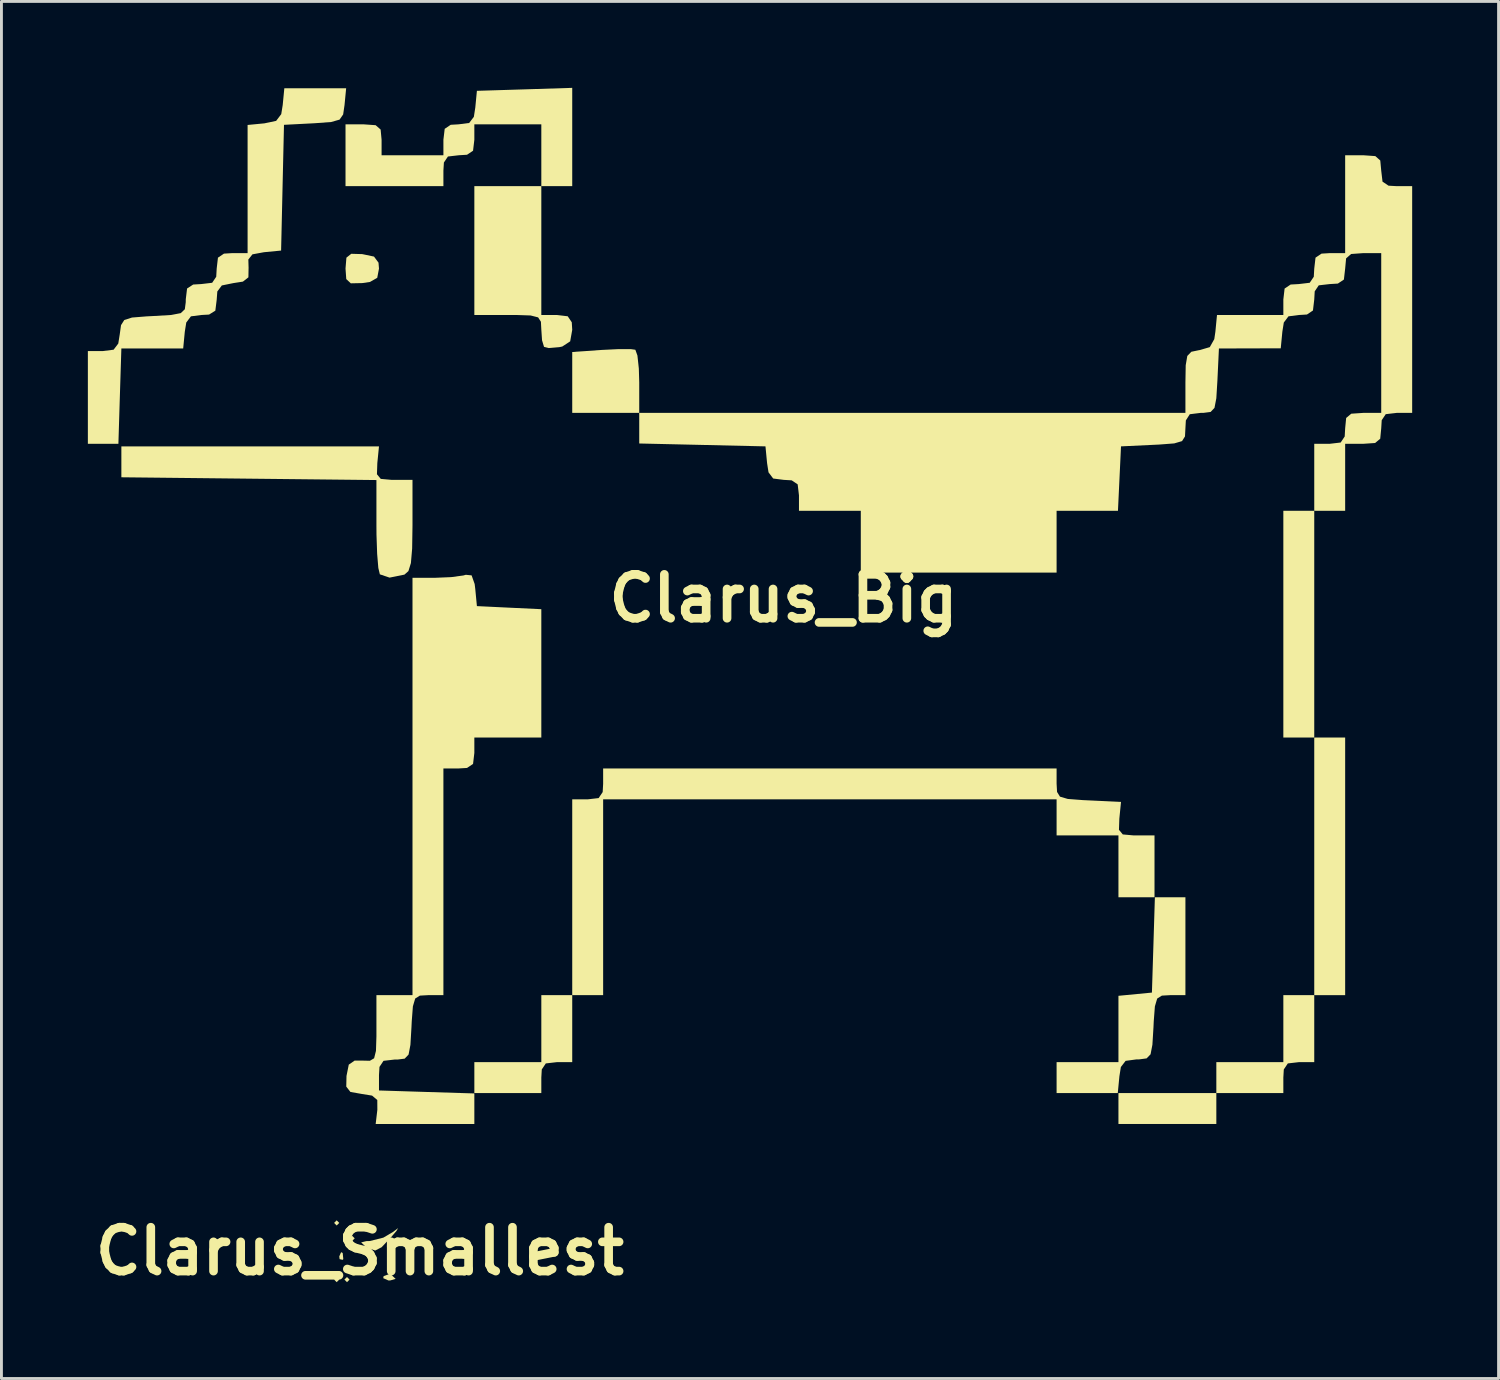
<source format=kicad_pcb>
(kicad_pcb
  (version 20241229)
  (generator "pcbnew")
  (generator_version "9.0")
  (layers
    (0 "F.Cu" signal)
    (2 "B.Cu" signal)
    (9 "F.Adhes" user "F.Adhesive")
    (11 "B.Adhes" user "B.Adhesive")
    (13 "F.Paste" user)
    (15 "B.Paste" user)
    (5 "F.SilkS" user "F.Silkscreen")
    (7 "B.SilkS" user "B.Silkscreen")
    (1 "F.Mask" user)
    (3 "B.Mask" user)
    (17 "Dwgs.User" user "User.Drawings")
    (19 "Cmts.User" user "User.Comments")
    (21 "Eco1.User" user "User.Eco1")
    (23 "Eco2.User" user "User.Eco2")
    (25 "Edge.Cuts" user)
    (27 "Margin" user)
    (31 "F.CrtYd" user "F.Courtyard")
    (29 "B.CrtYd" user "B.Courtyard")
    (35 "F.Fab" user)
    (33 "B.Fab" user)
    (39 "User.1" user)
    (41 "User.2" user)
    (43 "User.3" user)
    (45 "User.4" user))
  (footprint "Clarus_Big"
    (layer "F.Cu")
    (at 24.148 17.722)
    (property "Reference" "Clarus_Big" (at 0 0 0) (layer "F.SilkS") (effects (font (size 1.524 1.524) (thickness 0.3))))
    (attr board_only exclude_from_pos_files exclude_from_bom)
    (fp_poly (pts (xy 15.025 18.245) (xy 11.627 18.245) (xy 11.627 17.172) (xy 15.025 17.172)) (stroke (width 0) (type solid)) (fill yes) (layer "F.SilkS"))
    (fp_poly (pts (xy 18.424 4.83) (xy 17.351 4.83) (xy 17.351 -3.041) (xy 18.424 -3.041)) (stroke (width 0) (type solid)) (fill yes) (layer "F.SilkS"))
    (fp_poly (pts (xy 19.497 13.773) (xy 18.424 13.773) (xy 18.424 4.83) (xy 19.497 4.83)) (stroke (width 0) (type solid)) (fill yes) (layer "F.SilkS"))
    (fp_poly (pts (xy -5.295 -8.652) (xy -5.143 -8.631) (xy -5.071 -8.431) (xy -5.022 -7.98) (xy -5.008 -7.502) (xy -5.008 -6.439) (xy -7.334 -6.439) (xy -7.334 -8.553) (xy -6.305 -8.625) (xy -5.725 -8.653)) (stroke (width 0) (type solid)) (fill yes) (layer "F.SilkS"))
    (fp_poly (pts (xy -7.334 16.099) (xy -7.87 16.099) (xy -8.251 16.143) (xy -8.391 16.352) (xy -8.407 16.635) (xy -8.407 17.172) (xy -10.732 17.172) (xy -10.732 16.099) (xy -8.407 16.099) (xy -8.407 13.773) (xy -7.334 13.773)) (stroke (width 0) (type solid)) (fill yes) (layer "F.SilkS"))
    (fp_poly (pts (xy 18.424 16.099) (xy 17.887 16.099) (xy 17.507 16.143) (xy 17.367 16.352) (xy 17.351 16.635) (xy 17.351 17.172) (xy 15.025 17.172) (xy 15.025 16.099) (xy 17.351 16.099) (xy 17.351 13.773) (xy 18.424 13.773)) (stroke (width 0) (type solid)) (fill yes) (layer "F.SilkS"))
    (fp_poly (pts (xy -14.623 -11.951) (xy -14.215 -11.865) (xy -14.059 -11.655) (xy -14.042 -11.448) (xy -14.103 -11.128) (xy -14.356 -10.984) (xy -14.623 -10.945) (xy -15.021 -10.937) (xy -15.178 -11.084) (xy -15.204 -11.448) (xy -15.173 -11.828) (xy -15.004 -11.962)) (stroke (width 0) (type solid)) (fill yes) (layer "F.SilkS"))
    (fp_poly (pts (xy -8.407 -9.838) (xy -7.87 -9.838) (xy -7.49 -9.793) (xy -7.35 -9.585) (xy -7.334 -9.322) (xy -7.405 -8.923) (xy -7.678 -8.744) (xy -7.777 -8.722) (xy -8.147 -8.69) (xy -8.313 -8.731) (xy -8.382 -8.96) (xy -8.407 -9.331) (xy -8.421 -9.603) (xy -8.518 -9.755) (xy -8.779 -9.821) (xy -9.284 -9.838) (xy -9.57 -9.838) (xy -10.732 -9.838) (xy -10.732 -14.31) (xy -8.407 -14.31)) (stroke (width 0) (type solid)) (fill yes) (layer "F.SilkS"))
    (fp_poly (pts (xy -14.1 -4.695) (xy -14.113 -4.309) (xy -13.98 -4.148) (xy -13.602 -4.114) (xy -13.518 -4.114) (xy -12.879 -4.114) (xy -12.879 -2.523) (xy -12.891 -1.73) (xy -12.934 -1.227) (xy -13.02 -0.948) (xy -13.159 -0.825) (xy -13.162 -0.824) (xy -13.675 -0.721) (xy -14.012 -0.835) (xy -14.065 -1.056) (xy -14.106 -1.547) (xy -14.129 -2.217) (xy -14.131 -2.531) (xy -14.131 -4.108) (xy -18.558 -4.156) (xy -22.985 -4.204) (xy -22.985 -5.277) (xy -14.042 -5.277)) (stroke (width 0) (type solid)) (fill yes) (layer "F.SilkS"))
    (fp_poly (pts (xy 13.952 13.773) (xy 13.424 13.773) (xy 13.135 13.789) (xy 12.972 13.891) (xy 12.892 14.163) (xy 12.852 14.686) (xy 12.843 14.885) (xy 12.806 15.493) (xy 12.742 15.826) (xy 12.605 15.968) (xy 12.352 16.002) (xy 12.253 16.003) (xy 11.876 16.054) (xy 11.711 16.268) (xy 11.66 16.59) (xy 11.604 17.172) (xy 9.48 17.172) (xy 9.48 16.099) (xy 11.627 16.099) (xy 11.627 13.796) (xy 12.208 13.74) (xy 12.789 13.684) (xy 12.841 12.029) (xy 12.892 10.375) (xy 13.952 10.375)) (stroke (width 0) (type solid)) (fill yes) (layer "F.SilkS"))
    (fp_poly (pts (xy 9.48 6.431) (xy 9.496 6.719) (xy 9.597 6.882) (xy 9.868 6.962) (xy 10.389 7.002) (xy 10.598 7.012) (xy 11.716 7.065) (xy 11.658 7.647) (xy 11.645 8.033) (xy 11.778 8.194) (xy 12.156 8.228) (xy 12.239 8.228) (xy 12.879 8.228) (xy 12.879 10.375) (xy 11.627 10.375) (xy 11.627 8.228) (xy 9.48 8.228) (xy 9.48 6.976) (xy -6.261 6.976) (xy -6.261 13.773) (xy -7.334 13.773) (xy -7.334 6.976) (xy -6.797 6.976) (xy -6.417 6.932) (xy -6.277 6.723) (xy -6.261 6.439) (xy -6.261 5.903) (xy 9.48 5.903)) (stroke (width 0) (type solid)) (fill yes) (layer "F.SilkS"))
    (fp_poly (pts (xy -7.334 -14.31) (xy -8.407 -14.31) (xy -8.407 -16.456) (xy -10.732 -16.456) (xy -10.732 -15.92) (xy -10.777 -15.54) (xy -10.986 -15.4) (xy -11.269 -15.383) (xy -11.649 -15.339) (xy -11.789 -15.13) (xy -11.806 -14.846) (xy -11.806 -14.31) (xy -15.204 -14.31) (xy -15.204 -16.456) (xy -14.578 -16.456) (xy -14.158 -16.426) (xy -13.985 -16.275) (xy -13.952 -15.92) (xy -13.952 -15.383) (xy -11.806 -15.383) (xy -11.806 -15.92) (xy -11.761 -16.3) (xy -11.553 -16.44) (xy -11.28 -16.456) (xy -10.911 -16.503) (xy -10.749 -16.717) (xy -10.699 -17.038) (xy -10.643 -17.619) (xy -8.988 -17.67) (xy -7.334 -17.722)) (stroke (width 0) (type solid)) (fill yes) (layer "F.SilkS"))
    (fp_poly (pts (xy -10.827 -0.799) (xy -10.721 -0.499) (xy -10.7 -0.327) (xy -10.643 0.268) (xy -9.525 0.322) (xy -8.407 0.375) (xy -8.407 4.83) (xy -10.732 4.83) (xy -10.732 5.366) (xy -10.777 5.746) (xy -10.986 5.886) (xy -11.269 5.903) (xy -11.806 5.903) (xy -11.806 13.773) (xy -12.334 13.773) (xy -12.622 13.789) (xy -12.785 13.89) (xy -12.865 14.161) (xy -12.905 14.682) (xy -12.915 14.891) (xy -12.951 15.5) (xy -13.015 15.835) (xy -13.15 15.977) (xy -13.399 16.009) (xy -13.505 16.009) (xy -13.885 16.053) (xy -14.025 16.263) (xy -14.042 16.546) (xy -14.042 17.082) (xy -12.387 17.134) (xy -10.732 17.185) (xy -10.732 18.245) (xy -14.157 18.245) (xy -14.099 17.753) (xy -14.101 17.412) (xy -14.283 17.26) (xy -14.633 17.204) (xy -15.034 17.133) (xy -15.178 16.948) (xy -15.17 16.578) (xy -15.091 16.185) (xy -14.89 16.046) (xy -14.623 16.045) (xy -14.358 16.051) (xy -14.211 15.964) (xy -14.147 15.707) (xy -14.131 15.201) (xy -14.131 14.927) (xy -14.131 13.773) (xy -12.879 13.773) (xy -12.879 -0.715) (xy -12.089 -0.715) (xy -11.539 -0.738) (xy -11.114 -0.795) (xy -11.028 -0.819)) (stroke (width 0) (type solid)) (fill yes) (layer "F.SilkS"))
    (fp_poly (pts (xy -15.238 -17.127) (xy -15.286 -16.799) (xy -15.41 -16.62) (xy -15.701 -16.537) (xy -16.25 -16.496) (xy -16.317 -16.492) (xy -17.34 -16.439) (xy -17.39 -14.256) (xy -17.44 -12.074) (xy -18.033 -12.017) (xy -18.435 -11.943) (xy -18.577 -11.764) (xy -18.569 -11.48) (xy -18.575 -11.145) (xy -18.766 -10.996) (xy -19.095 -10.945) (xy -19.498 -10.863) (xy -19.654 -10.655) (xy -19.676 -10.363) (xy -19.723 -9.988) (xy -19.941 -9.852) (xy -20.201 -9.838) (xy -20.57 -9.791) (xy -20.732 -9.577) (xy -20.783 -9.257) (xy -20.839 -8.675) (xy -22.985 -8.675) (xy -23.037 -7.021) (xy -23.088 -5.366) (xy -24.148 -5.366) (xy -24.148 -8.586) (xy -23.623 -8.586) (xy -23.254 -8.633) (xy -23.092 -8.847) (xy -23.041 -9.167) (xy -22.997 -9.485) (xy -22.884 -9.663) (xy -22.616 -9.749) (xy -22.105 -9.79) (xy -21.867 -9.802) (xy -21.258 -9.838) (xy -20.924 -9.902) (xy -20.782 -10.037) (xy -20.75 -10.284) (xy -20.749 -10.383) (xy -20.704 -10.757) (xy -20.492 -10.895) (xy -20.213 -10.911) (xy -19.833 -10.956) (xy -19.692 -11.165) (xy -19.676 -11.448) (xy -19.632 -11.828) (xy -19.423 -11.968) (xy -19.139 -11.985) (xy -18.603 -11.985) (xy -18.603 -16.434) (xy -18.021 -16.49) (xy -17.612 -16.576) (xy -17.435 -16.81) (xy -17.384 -17.127) (xy -17.328 -17.708) (xy -15.182 -17.708)) (stroke (width 0) (type solid)) (fill yes) (layer "F.SilkS"))
    (fp_poly (pts (xy 20.544 -15.353) (xy 20.716 -15.201) (xy 20.749 -14.846) (xy 20.794 -14.466) (xy 21.003 -14.326) (xy 21.286 -14.31) (xy 21.823 -14.31) (xy 21.823 -6.439) (xy 21.286 -6.439) (xy 20.906 -6.395) (xy 20.766 -6.186) (xy 20.749 -5.903) (xy 20.714 -5.542) (xy 20.537 -5.394) (xy 20.123 -5.366) (xy 19.497 -5.366) (xy 19.497 -3.041) (xy 18.424 -3.041) (xy 18.424 -5.366) (xy 18.961 -5.366) (xy 19.341 -5.411) (xy 19.481 -5.62) (xy 19.497 -5.903) (xy 19.532 -6.263) (xy 19.709 -6.411) (xy 20.123 -6.439) (xy 20.749 -6.439) (xy 20.749 -11.985) (xy 20.123 -11.985) (xy 19.703 -11.955) (xy 19.53 -11.803) (xy 19.497 -11.448) (xy 19.453 -11.068) (xy 19.244 -10.928) (xy 18.961 -10.911) (xy 18.58 -10.867) (xy 18.44 -10.658) (xy 18.424 -10.375) (xy 18.379 -9.994) (xy 18.171 -9.854) (xy 17.899 -9.838) (xy 17.529 -9.791) (xy 17.367 -9.576) (xy 17.317 -9.259) (xy 17.261 -8.681) (xy 16.188 -8.678) (xy 15.115 -8.675) (xy 15.062 -7.557) (xy 15.025 -6.948) (xy 14.961 -6.614) (xy 14.827 -6.472) (xy 14.579 -6.44) (xy 14.48 -6.439) (xy 14.104 -6.393) (xy 13.967 -6.178) (xy 13.952 -5.911) (xy 13.937 -5.623) (xy 13.835 -5.46) (xy 13.565 -5.38) (xy 13.043 -5.34) (xy 12.834 -5.33) (xy 11.716 -5.277) (xy 11.663 -4.159) (xy 11.61 -3.041) (xy 9.48 -3.041) (xy 9.48 -0.894) (xy 2.683 -0.894) (xy 2.683 -3.041) (xy 0.537 -3.041) (xy 0.537 -3.577) (xy 0.492 -3.958) (xy 0.284 -4.098) (xy 0.011 -4.114) (xy -0.358 -4.161) (xy -0.52 -4.375) (xy -0.57 -4.695) (xy -0.626 -5.277) (xy -5.008 -5.377) (xy -5.008 -6.439) (xy 13.952 -6.439) (xy 13.952 -7.501) (xy 13.962 -8.093) (xy 14.017 -8.416) (xy 14.157 -8.561) (xy 14.421 -8.616) (xy 14.444 -8.619) (xy 14.798 -8.722) (xy 14.954 -9) (xy 14.992 -9.257) (xy 15.048 -9.838) (xy 17.351 -9.838) (xy 17.351 -10.375) (xy 17.395 -10.755) (xy 17.604 -10.895) (xy 17.887 -10.911) (xy 18.267 -10.956) (xy 18.408 -11.165) (xy 18.424 -11.448) (xy 18.468 -11.828) (xy 18.677 -11.968) (xy 18.961 -11.985) (xy 19.497 -11.985) (xy 19.497 -15.383) (xy 20.123 -15.383)) (stroke (width 0) (type solid)) (fill yes) (layer "F.SilkS")))
  (footprint "Clarus_Smallest"
    (layer "F.Cu")
    (at 9.442 40.385)
    (property "Reference" "Clarus_Smallest" (at 0 0 0) (layer "F.SilkS") (effects (font (size 1.524 1.524) (thickness 0.3))))
    (attr board_only exclude_from_pos_files exclude_from_bom)
    (fp_poly (pts (xy -0.715 -0.984) (xy -0.805 -0.894) (xy -0.894 -0.984) (xy -0.805 -1.073)) (stroke (width 0) (type solid)) (fill yes) (layer "F.SilkS"))
    (fp_poly (pts (xy -0.715 0.984) (xy -0.805 1.073) (xy -0.894 0.984) (xy -0.805 0.894)) (stroke (width 0) (type solid)) (fill yes) (layer "F.SilkS"))
    (fp_poly (pts (xy -0.358 0.984) (xy -0.447 1.073) (xy -0.537 0.984) (xy -0.447 0.894)) (stroke (width 0) (type solid)) (fill yes) (layer "F.SilkS"))
    (fp_poly (pts (xy -0.179 -0.447) (xy -0.268 -0.358) (xy -0.358 -0.447) (xy -0.268 -0.537)) (stroke (width 0) (type solid)) (fill yes) (layer "F.SilkS"))
    (fp_poly (pts (xy -0.596 0.06) (xy -0.575 0.272) (xy -0.596 0.298) (xy -0.703 0.274) (xy -0.715 0.179) (xy -0.65 0.032)) (stroke (width 0) (type solid)) (fill yes) (layer "F.SilkS"))
    (fp_poly (pts (xy 1.086 0.813) (xy 1.242 0.959) (xy 1.058 1.013) (xy 0.992 1.014) (xy 0.812 0.935) (xy 0.825 0.862) (xy 1.033 0.789)) (stroke (width 0) (type solid)) (fill yes) (layer "F.SilkS"))
    (fp_poly (pts (xy 1.269 -0.703) (xy 1.087 -0.491) (xy 0.756 -0.14) (xy 0.533 -0.025) (xy 0.3 -0.103) (xy 0.179 -0.179) (xy 0.045 -0.307) (xy 0.226 -0.352) (xy 0.344 -0.355) (xy 0.815 -0.472) (xy 1.149 -0.669) (xy 1.33 -0.806)) (stroke (width 0) (type solid)) (fill yes) (layer "F.SilkS")))
  (gr_rect
    (start -3 -3)
    (end 48.97 44.803)
    (stroke (width 0.1) (type default))
    (fill no)
    (layer "Edge.Cuts")))
</source>
